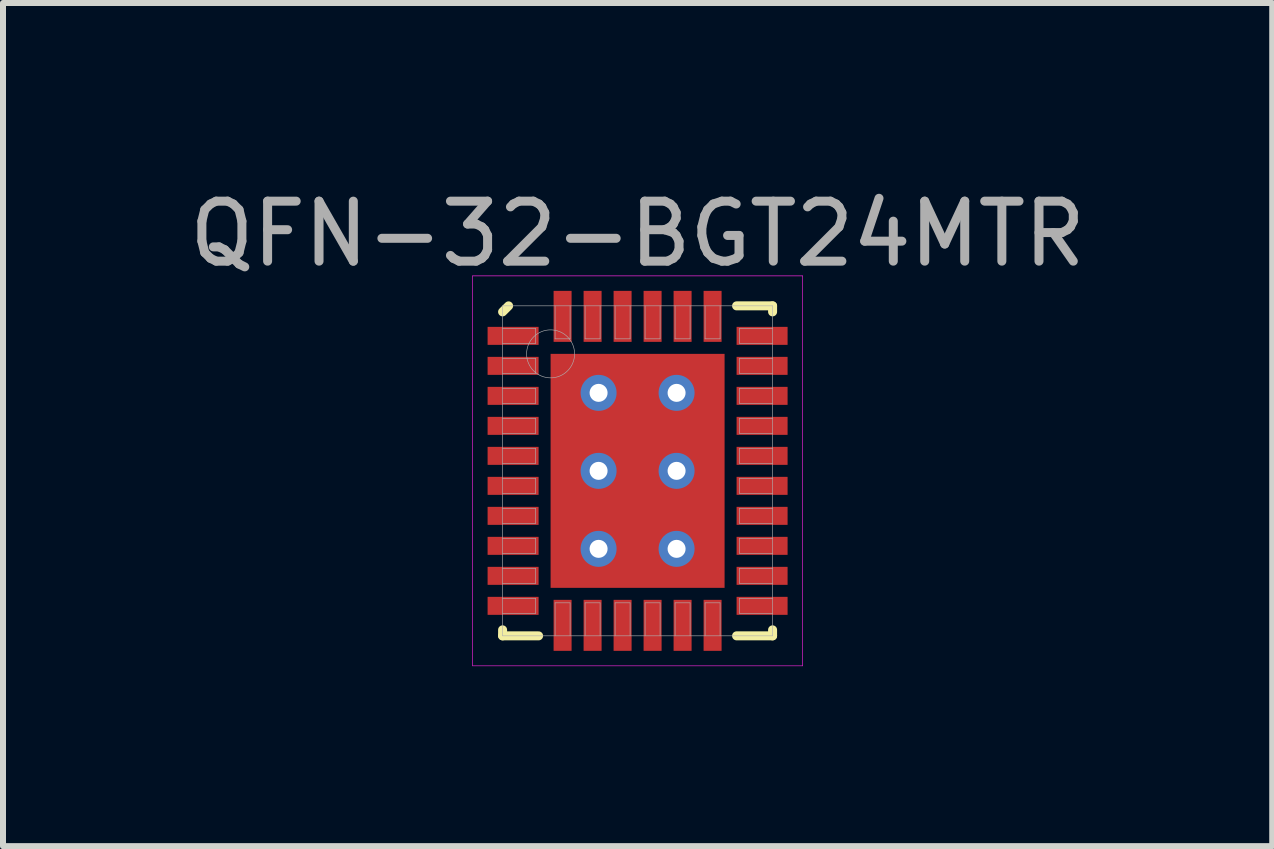
<source format=kicad_pcb>
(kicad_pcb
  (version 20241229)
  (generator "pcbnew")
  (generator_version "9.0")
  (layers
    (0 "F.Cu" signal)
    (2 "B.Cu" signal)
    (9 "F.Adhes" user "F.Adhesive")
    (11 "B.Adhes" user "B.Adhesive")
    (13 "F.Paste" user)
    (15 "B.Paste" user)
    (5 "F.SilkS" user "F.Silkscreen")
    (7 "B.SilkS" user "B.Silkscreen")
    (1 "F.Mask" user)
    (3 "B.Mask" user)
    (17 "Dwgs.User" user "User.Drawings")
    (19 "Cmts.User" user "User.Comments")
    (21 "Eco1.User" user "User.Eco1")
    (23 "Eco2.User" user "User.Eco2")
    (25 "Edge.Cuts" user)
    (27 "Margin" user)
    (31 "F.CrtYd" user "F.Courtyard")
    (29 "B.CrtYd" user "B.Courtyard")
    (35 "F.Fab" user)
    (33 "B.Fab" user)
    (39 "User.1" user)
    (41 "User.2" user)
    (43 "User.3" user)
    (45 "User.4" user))
  (footprint "QFN-32-BGT24MTR"
    (layer "F.Cu")
    (at 7.577 4.798)
    (property "Reference" "QFN-32-BGT24MTR" (at 0 -3.95 0) (layer "F.Fab") (effects (font (size 1 1) (thickness 0.15))))
    (attr through_hole)
    (fp_line (start -2.25 -2.65) (end -2.15 -2.75) (stroke (width 0.15) (type solid)) (layer "F.SilkS"))
    (fp_line (start -2.25 2.75) (end -2.25 2.65) (stroke (width 0.15) (type solid)) (layer "F.SilkS"))
    (fp_line (start -1.65 2.75) (end -2.25 2.75) (stroke (width 0.15) (type solid)) (layer "F.SilkS"))
    (fp_line (start 1.65 -2.75) (end 2.25 -2.75) (stroke (width 0.15) (type solid)) (layer "F.SilkS"))
    (fp_line (start 1.65 2.75) (end 2.25 2.75) (stroke (width 0.15) (type solid)) (layer "F.SilkS"))
    (fp_line (start 2.25 -2.75) (end 2.25 -2.65) (stroke (width 0.15) (type solid)) (layer "F.SilkS"))
    (fp_line (start 2.25 2.75) (end 2.25 2.65) (stroke (width 0.15) (type solid)) (layer "F.SilkS"))
    (fp_line (start -2.75 -3.25) (end 2.75 -3.25) (stroke (width 0.01) (type solid)) (layer "F.CrtYd"))
    (fp_line (start -2.75 3.25) (end -2.75 -3.25) (stroke (width 0.01) (type solid)) (layer "F.CrtYd"))
    (fp_line (start 2.75 -3.25) (end 2.75 3.25) (stroke (width 0.01) (type solid)) (layer "F.CrtYd"))
    (fp_line (start 2.75 3.25) (end -2.75 3.25) (stroke (width 0.01) (type solid)) (layer "F.CrtYd"))
    (fp_line (start -2.25 -2.75) (end 2.25 -2.75) (stroke (width 0.01) (type solid)) (layer "F.Fab"))
    (fp_line (start -2.25 -2.125) (end -1.7 -2.125) (stroke (width 0.01) (type solid)) (layer "F.Fab"))
    (fp_line (start -2.25 -1.625) (end -1.7 -1.625) (stroke (width 0.01) (type solid)) (layer "F.Fab"))
    (fp_line (start -2.25 -1.125) (end -1.7 -1.125) (stroke (width 0.01) (type solid)) (layer "F.Fab"))
    (fp_line (start -2.25 -0.625) (end -1.7 -0.625) (stroke (width 0.01) (type solid)) (layer "F.Fab"))
    (fp_line (start -2.25 -0.125) (end -1.7 -0.125) (stroke (width 0.01) (type solid)) (layer "F.Fab"))
    (fp_line (start -2.25 0.375) (end -1.7 0.375) (stroke (width 0.01) (type solid)) (layer "F.Fab"))
    (fp_line (start -2.25 0.875) (end -1.7 0.875) (stroke (width 0.01) (type solid)) (layer "F.Fab"))
    (fp_line (start -2.25 1.375) (end -1.7 1.375) (stroke (width 0.01) (type solid)) (layer "F.Fab"))
    (fp_line (start -2.25 1.875) (end -1.7 1.875) (stroke (width 0.01) (type solid)) (layer "F.Fab"))
    (fp_line (start -2.25 2.375) (end -1.7 2.375) (stroke (width 0.01) (type solid)) (layer "F.Fab"))
    (fp_line (start -2.25 2.75) (end -2.25 -2.75) (stroke (width 0.01) (type solid)) (layer "F.Fab"))
    (fp_line (start -1.7 -2.375) (end -2.25 -2.375) (stroke (width 0.01) (type solid)) (layer "F.Fab"))
    (fp_line (start -1.7 -2.125) (end -1.7 -2.375) (stroke (width 0.01) (type solid)) (layer "F.Fab"))
    (fp_line (start -1.7 -1.875) (end -2.25 -1.875) (stroke (width 0.01) (type solid)) (layer "F.Fab"))
    (fp_line (start -1.7 -1.625) (end -1.7 -1.875) (stroke (width 0.01) (type solid)) (layer "F.Fab"))
    (fp_line (start -1.7 -1.375) (end -2.25 -1.375) (stroke (width 0.01) (type solid)) (layer "F.Fab"))
    (fp_line (start -1.7 -1.125) (end -1.7 -1.375) (stroke (width 0.01) (type solid)) (layer "F.Fab"))
    (fp_line (start -1.7 -0.875) (end -2.25 -0.875) (stroke (width 0.01) (type solid)) (layer "F.Fab"))
    (fp_line (start -1.7 -0.625) (end -1.7 -0.875) (stroke (width 0.01) (type solid)) (layer "F.Fab"))
    (fp_line (start -1.7 -0.375) (end -2.25 -0.375) (stroke (width 0.01) (type solid)) (layer "F.Fab"))
    (fp_line (start -1.7 -0.125) (end -1.7 -0.375) (stroke (width 0.01) (type solid)) (layer "F.Fab"))
    (fp_line (start -1.7 0.125) (end -2.25 0.125) (stroke (width 0.01) (type solid)) (layer "F.Fab"))
    (fp_line (start -1.7 0.375) (end -1.7 0.125) (stroke (width 0.01) (type solid)) (layer "F.Fab"))
    (fp_line (start -1.7 0.625) (end -2.25 0.625) (stroke (width 0.01) (type solid)) (layer "F.Fab"))
    (fp_line (start -1.7 0.875) (end -1.7 0.625) (stroke (width 0.01) (type solid)) (layer "F.Fab"))
    (fp_line (start -1.7 1.125) (end -2.25 1.125) (stroke (width 0.01) (type solid)) (layer "F.Fab"))
    (fp_line (start -1.7 1.375) (end -1.7 1.125) (stroke (width 0.01) (type solid)) (layer "F.Fab"))
    (fp_line (start -1.7 1.625) (end -2.25 1.625) (stroke (width 0.01) (type solid)) (layer "F.Fab"))
    (fp_line (start -1.7 1.875) (end -1.7 1.625) (stroke (width 0.01) (type solid)) (layer "F.Fab"))
    (fp_line (start -1.7 2.125) (end -2.25 2.125) (stroke (width 0.01) (type solid)) (layer "F.Fab"))
    (fp_line (start -1.7 2.375) (end -1.7 2.125) (stroke (width 0.01) (type solid)) (layer "F.Fab"))
    (fp_line (start -1.375 -2.75) (end -1.375 -2.2) (stroke (width 0.01) (type solid)) (layer "F.Fab"))
    (fp_line (start -1.375 -2.2) (end -1.125 -2.2) (stroke (width 0.01) (type solid)) (layer "F.Fab"))
    (fp_line (start -1.375 2.2) (end -1.375 2.75) (stroke (width 0.01) (type solid)) (layer "F.Fab"))
    (fp_line (start -1.125 -2.2) (end -1.125 -2.75) (stroke (width 0.01) (type solid)) (layer "F.Fab"))
    (fp_line (start -1.125 2.2) (end -1.375 2.2) (stroke (width 0.01) (type solid)) (layer "F.Fab"))
    (fp_line (start -1.125 2.75) (end -1.125 2.2) (stroke (width 0.01) (type solid)) (layer "F.Fab"))
    (fp_line (start -0.875 -2.75) (end -0.875 -2.2) (stroke (width 0.01) (type solid)) (layer "F.Fab"))
    (fp_line (start -0.875 -2.2) (end -0.625 -2.2) (stroke (width 0.01) (type solid)) (layer "F.Fab"))
    (fp_line (start -0.875 2.2) (end -0.875 2.75) (stroke (width 0.01) (type solid)) (layer "F.Fab"))
    (fp_line (start -0.625 -2.2) (end -0.625 -2.75) (stroke (width 0.01) (type solid)) (layer "F.Fab"))
    (fp_line (start -0.625 2.2) (end -0.875 2.2) (stroke (width 0.01) (type solid)) (layer "F.Fab"))
    (fp_line (start -0.625 2.75) (end -0.625 2.2) (stroke (width 0.01) (type solid)) (layer "F.Fab"))
    (fp_line (start -0.375 -2.75) (end -0.375 -2.2) (stroke (width 0.01) (type solid)) (layer "F.Fab"))
    (fp_line (start -0.375 -2.2) (end -0.125 -2.2) (stroke (width 0.01) (type solid)) (layer "F.Fab"))
    (fp_line (start -0.375 2.2) (end -0.375 2.75) (stroke (width 0.01) (type solid)) (layer "F.Fab"))
    (fp_line (start -0.125 -2.2) (end -0.125 -2.75) (stroke (width 0.01) (type solid)) (layer "F.Fab"))
    (fp_line (start -0.125 2.2) (end -0.375 2.2) (stroke (width 0.01) (type solid)) (layer "F.Fab"))
    (fp_line (start -0.125 2.75) (end -0.125 2.2) (stroke (width 0.01) (type solid)) (layer "F.Fab"))
    (fp_line (start 0.125 -2.75) (end 0.125 -2.2) (stroke (width 0.01) (type solid)) (layer "F.Fab"))
    (fp_line (start 0.125 -2.2) (end 0.375 -2.2) (stroke (width 0.01) (type solid)) (layer "F.Fab"))
    (fp_line (start 0.125 2.2) (end 0.125 2.75) (stroke (width 0.01) (type solid)) (layer "F.Fab"))
    (fp_line (start 0.375 -2.2) (end 0.375 -2.75) (stroke (width 0.01) (type solid)) (layer "F.Fab"))
    (fp_line (start 0.375 2.2) (end 0.125 2.2) (stroke (width 0.01) (type solid)) (layer "F.Fab"))
    (fp_line (start 0.375 2.75) (end 0.375 2.2) (stroke (width 0.01) (type solid)) (layer "F.Fab"))
    (fp_line (start 0.625 -2.75) (end 0.625 -2.2) (stroke (width 0.01) (type solid)) (layer "F.Fab"))
    (fp_line (start 0.625 -2.2) (end 0.875 -2.2) (stroke (width 0.01) (type solid)) (layer "F.Fab"))
    (fp_line (start 0.625 2.2) (end 0.625 2.75) (stroke (width 0.01) (type solid)) (layer "F.Fab"))
    (fp_line (start 0.875 -2.2) (end 0.875 -2.75) (stroke (width 0.01) (type solid)) (layer "F.Fab"))
    (fp_line (start 0.875 2.2) (end 0.625 2.2) (stroke (width 0.01) (type solid)) (layer "F.Fab"))
    (fp_line (start 0.875 2.75) (end 0.875 2.2) (stroke (width 0.01) (type solid)) (layer "F.Fab"))
    (fp_line (start 1.125 -2.75) (end 1.125 -2.2) (stroke (width 0.01) (type solid)) (layer "F.Fab"))
    (fp_line (start 1.125 -2.2) (end 1.375 -2.2) (stroke (width 0.01) (type solid)) (layer "F.Fab"))
    (fp_line (start 1.125 2.2) (end 1.125 2.75) (stroke (width 0.01) (type solid)) (layer "F.Fab"))
    (fp_line (start 1.375 -2.2) (end 1.375 -2.75) (stroke (width 0.01) (type solid)) (layer "F.Fab"))
    (fp_line (start 1.375 2.2) (end 1.125 2.2) (stroke (width 0.01) (type solid)) (layer "F.Fab"))
    (fp_line (start 1.375 2.75) (end 1.375 2.2) (stroke (width 0.01) (type solid)) (layer "F.Fab"))
    (fp_line (start 1.7 -2.375) (end 1.7 -2.125) (stroke (width 0.01) (type solid)) (layer "F.Fab"))
    (fp_line (start 1.7 -2.125) (end 2.25 -2.125) (stroke (width 0.01) (type solid)) (layer "F.Fab"))
    (fp_line (start 1.7 -1.875) (end 1.7 -1.625) (stroke (width 0.01) (type solid)) (layer "F.Fab"))
    (fp_line (start 1.7 -1.625) (end 2.25 -1.625) (stroke (width 0.01) (type solid)) (layer "F.Fab"))
    (fp_line (start 1.7 -1.375) (end 1.7 -1.125) (stroke (width 0.01) (type solid)) (layer "F.Fab"))
    (fp_line (start 1.7 -1.125) (end 2.25 -1.125) (stroke (width 0.01) (type solid)) (layer "F.Fab"))
    (fp_line (start 1.7 -0.875) (end 1.7 -0.625) (stroke (width 0.01) (type solid)) (layer "F.Fab"))
    (fp_line (start 1.7 -0.625) (end 2.25 -0.625) (stroke (width 0.01) (type solid)) (layer "F.Fab"))
    (fp_line (start 1.7 -0.375) (end 1.7 -0.125) (stroke (width 0.01) (type solid)) (layer "F.Fab"))
    (fp_line (start 1.7 -0.125) (end 2.25 -0.125) (stroke (width 0.01) (type solid)) (layer "F.Fab"))
    (fp_line (start 1.7 0.125) (end 1.7 0.375) (stroke (width 0.01) (type solid)) (layer "F.Fab"))
    (fp_line (start 1.7 0.375) (end 2.25 0.375) (stroke (width 0.01) (type solid)) (layer "F.Fab"))
    (fp_line (start 1.7 0.625) (end 1.7 0.875) (stroke (width 0.01) (type solid)) (layer "F.Fab"))
    (fp_line (start 1.7 0.875) (end 2.25 0.875) (stroke (width 0.01) (type solid)) (layer "F.Fab"))
    (fp_line (start 1.7 1.125) (end 1.7 1.375) (stroke (width 0.01) (type solid)) (layer "F.Fab"))
    (fp_line (start 1.7 1.375) (end 2.25 1.375) (stroke (width 0.01) (type solid)) (layer "F.Fab"))
    (fp_line (start 1.7 1.625) (end 1.7 1.875) (stroke (width 0.01) (type solid)) (layer "F.Fab"))
    (fp_line (start 1.7 1.875) (end 2.25 1.875) (stroke (width 0.01) (type solid)) (layer "F.Fab"))
    (fp_line (start 1.7 2.125) (end 1.7 2.375) (stroke (width 0.01) (type solid)) (layer "F.Fab"))
    (fp_line (start 1.7 2.375) (end 2.25 2.375) (stroke (width 0.01) (type solid)) (layer "F.Fab"))
    (fp_line (start 2.25 -2.75) (end 2.25 2.75) (stroke (width 0.01) (type solid)) (layer "F.Fab"))
    (fp_line (start 2.25 -2.375) (end 1.7 -2.375) (stroke (width 0.01) (type solid)) (layer "F.Fab"))
    (fp_line (start 2.25 -1.875) (end 1.7 -1.875) (stroke (width 0.01) (type solid)) (layer "F.Fab"))
    (fp_line (start 2.25 -1.375) (end 1.7 -1.375) (stroke (width 0.01) (type solid)) (layer "F.Fab"))
    (fp_line (start 2.25 -0.875) (end 1.7 -0.875) (stroke (width 0.01) (type solid)) (layer "F.Fab"))
    (fp_line (start 2.25 -0.375) (end 1.7 -0.375) (stroke (width 0.01) (type solid)) (layer "F.Fab"))
    (fp_line (start 2.25 0.125) (end 1.7 0.125) (stroke (width 0.01) (type solid)) (layer "F.Fab"))
    (fp_line (start 2.25 0.625) (end 1.7 0.625) (stroke (width 0.01) (type solid)) (layer "F.Fab"))
    (fp_line (start 2.25 1.125) (end 1.7 1.125) (stroke (width 0.01) (type solid)) (layer "F.Fab"))
    (fp_line (start 2.25 1.625) (end 1.7 1.625) (stroke (width 0.01) (type solid)) (layer "F.Fab"))
    (fp_line (start 2.25 2.125) (end 1.7 2.125) (stroke (width 0.01) (type solid)) (layer "F.Fab"))
    (fp_line (start 2.25 2.75) (end -2.25 2.75) (stroke (width 0.01) (type solid)) (layer "F.Fab"))
    (fp_circle (center -1.45 -1.95) (end -1.45 -1.55) (stroke (width 0.01) (type solid)) (fill no) (layer "F.Fab"))
    (pad "" smd rect (at -0.75 -0.75) (size 1 1) (layers "F.Paste"))
    (pad "" smd rect (at -0.75 0.75) (size 1 1) (layers "F.Paste"))
    (pad "" smd rect (at 0.75 -0.75) (size 1 1) (layers "F.Paste"))
    (pad "" smd rect (at 0.75 0.75) (size 1 1) (layers "F.Paste"))
    (pad "1" smd rect (at -2.075 -2.25) (size 0.85 0.3) (layers "F.Cu" "F.Mask" "F.Paste"))
    (pad "2" smd rect (at -2.075 -1.75) (size 0.85 0.3) (layers "F.Cu" "F.Mask" "F.Paste"))
    (pad "3" smd rect (at -2.075 -1.25) (size 0.85 0.3) (layers "F.Cu" "F.Mask" "F.Paste"))
    (pad "4" smd rect (at -2.075 -0.75) (size 0.85 0.3) (layers "F.Cu" "F.Mask" "F.Paste"))
    (pad "5" smd rect (at -2.075 -0.25) (size 0.85 0.3) (layers "F.Cu" "F.Mask" "F.Paste"))
    (pad "6" smd rect (at -2.075 0.25) (size 0.85 0.3) (layers "F.Cu" "F.Mask" "F.Paste"))
    (pad "7" smd rect (at -2.075 0.75) (size 0.85 0.3) (layers "F.Cu" "F.Mask" "F.Paste"))
    (pad "8" smd rect (at -2.075 1.25) (size 0.85 0.3) (layers "F.Cu" "F.Mask" "F.Paste"))
    (pad "9" smd rect (at -2.075 1.75) (size 0.85 0.3) (layers "F.Cu" "F.Mask" "F.Paste"))
    (pad "10" smd rect (at -2.075 2.25) (size 0.85 0.3) (layers "F.Cu" "F.Mask" "F.Paste"))
    (pad "11" smd rect (at -1.25 2.575) (size 0.3 0.85) (layers "F.Cu" "F.Mask" "F.Paste"))
    (pad "12" smd rect (at -0.75 2.575) (size 0.3 0.85) (layers "F.Cu" "F.Mask" "F.Paste"))
    (pad "13" smd rect (at -0.25 2.575) (size 0.3 0.85) (layers "F.Cu" "F.Mask" "F.Paste"))
    (pad "14" smd rect (at 0.25 2.575) (size 0.3 0.85) (layers "F.Cu" "F.Mask" "F.Paste"))
    (pad "15" smd rect (at 0.75 2.575) (size 0.3 0.85) (layers "F.Cu" "F.Mask" "F.Paste"))
    (pad "16" smd rect (at 1.25 2.575) (size 0.3 0.85) (layers "F.Cu" "F.Mask" "F.Paste"))
    (pad "17" smd rect (at 2.075 2.25) (size 0.85 0.3) (layers "F.Cu" "F.Mask" "F.Paste"))
    (pad "18" smd rect (at 2.075 1.75) (size 0.85 0.3) (layers "F.Cu" "F.Mask" "F.Paste"))
    (pad "19" smd rect (at 2.075 1.25) (size 0.85 0.3) (layers "F.Cu" "F.Mask" "F.Paste"))
    (pad "20" smd rect (at 2.075 0.75) (size 0.85 0.3) (layers "F.Cu" "F.Mask" "F.Paste"))
    (pad "21" smd rect (at 2.075 0.25) (size 0.85 0.3) (layers "F.Cu" "F.Mask" "F.Paste"))
    (pad "22" smd rect (at 2.075 -0.25) (size 0.85 0.3) (layers "F.Cu" "F.Mask" "F.Paste"))
    (pad "23" smd rect (at 2.075 -0.75) (size 0.85 0.3) (layers "F.Cu" "F.Mask" "F.Paste"))
    (pad "24" smd rect (at 2.075 -1.25) (size 0.85 0.3) (layers "F.Cu" "F.Mask" "F.Paste"))
    (pad "25" smd rect (at 2.075 -1.75) (size 0.85 0.3) (layers "F.Cu" "F.Mask" "F.Paste"))
    (pad "26" smd rect (at 2.075 -2.25) (size 0.85 0.3) (layers "F.Cu" "F.Mask" "F.Paste"))
    (pad "27" smd rect (at 1.25 -2.575) (size 0.3 0.85) (layers "F.Cu" "F.Mask" "F.Paste"))
    (pad "28" smd rect (at 0.75 -2.575) (size 0.3 0.85) (layers "F.Cu" "F.Mask" "F.Paste"))
    (pad "29" smd rect (at 0.25 -2.575) (size 0.3 0.85) (layers "F.Cu" "F.Mask" "F.Paste"))
    (pad "30" smd rect (at -0.25 -2.575) (size 0.3 0.85) (layers "F.Cu" "F.Mask" "F.Paste"))
    (pad "31" smd rect (at -0.75 -2.575) (size 0.3 0.85) (layers "F.Cu" "F.Mask" "F.Paste"))
    (pad "32" smd rect (at -1.25 -2.575) (size 0.3 0.85) (layers "F.Cu" "F.Mask" "F.Paste"))
    (pad "EP" thru_hole circle (at -0.65 -1.3) (size 0.6 0.6) (drill 0.3) (layers "*.Cu"))
    (pad "EP" thru_hole circle (at -0.65 0) (size 0.6 0.6) (drill 0.3) (layers "*.Cu"))
    (pad "EP" thru_hole circle (at -0.65 1.3) (size 0.6 0.6) (drill 0.3) (layers "*.Cu"))
    (pad "EP" smd rect (at 0 0) (size 2.9 3.9) (layers "F.Cu" "F.Mask"))
    (pad "EP" thru_hole circle (at 0.65 -1.3) (size 0.6 0.6) (drill 0.3) (layers "*.Cu"))
    (pad "EP" thru_hole circle (at 0.65 0) (size 0.6 0.6) (drill 0.3) (layers "*.Cu"))
    (pad "EP" thru_hole circle (at 0.65 1.3) (size 0.6 0.6) (drill 0.3) (layers "*.Cu")))
  (gr_rect
    (start -3 -3)
    (end 18.155 11.053)
    (stroke (width 0.1) (type default))
    (fill no)
    (layer "Edge.Cuts")))
</source>
